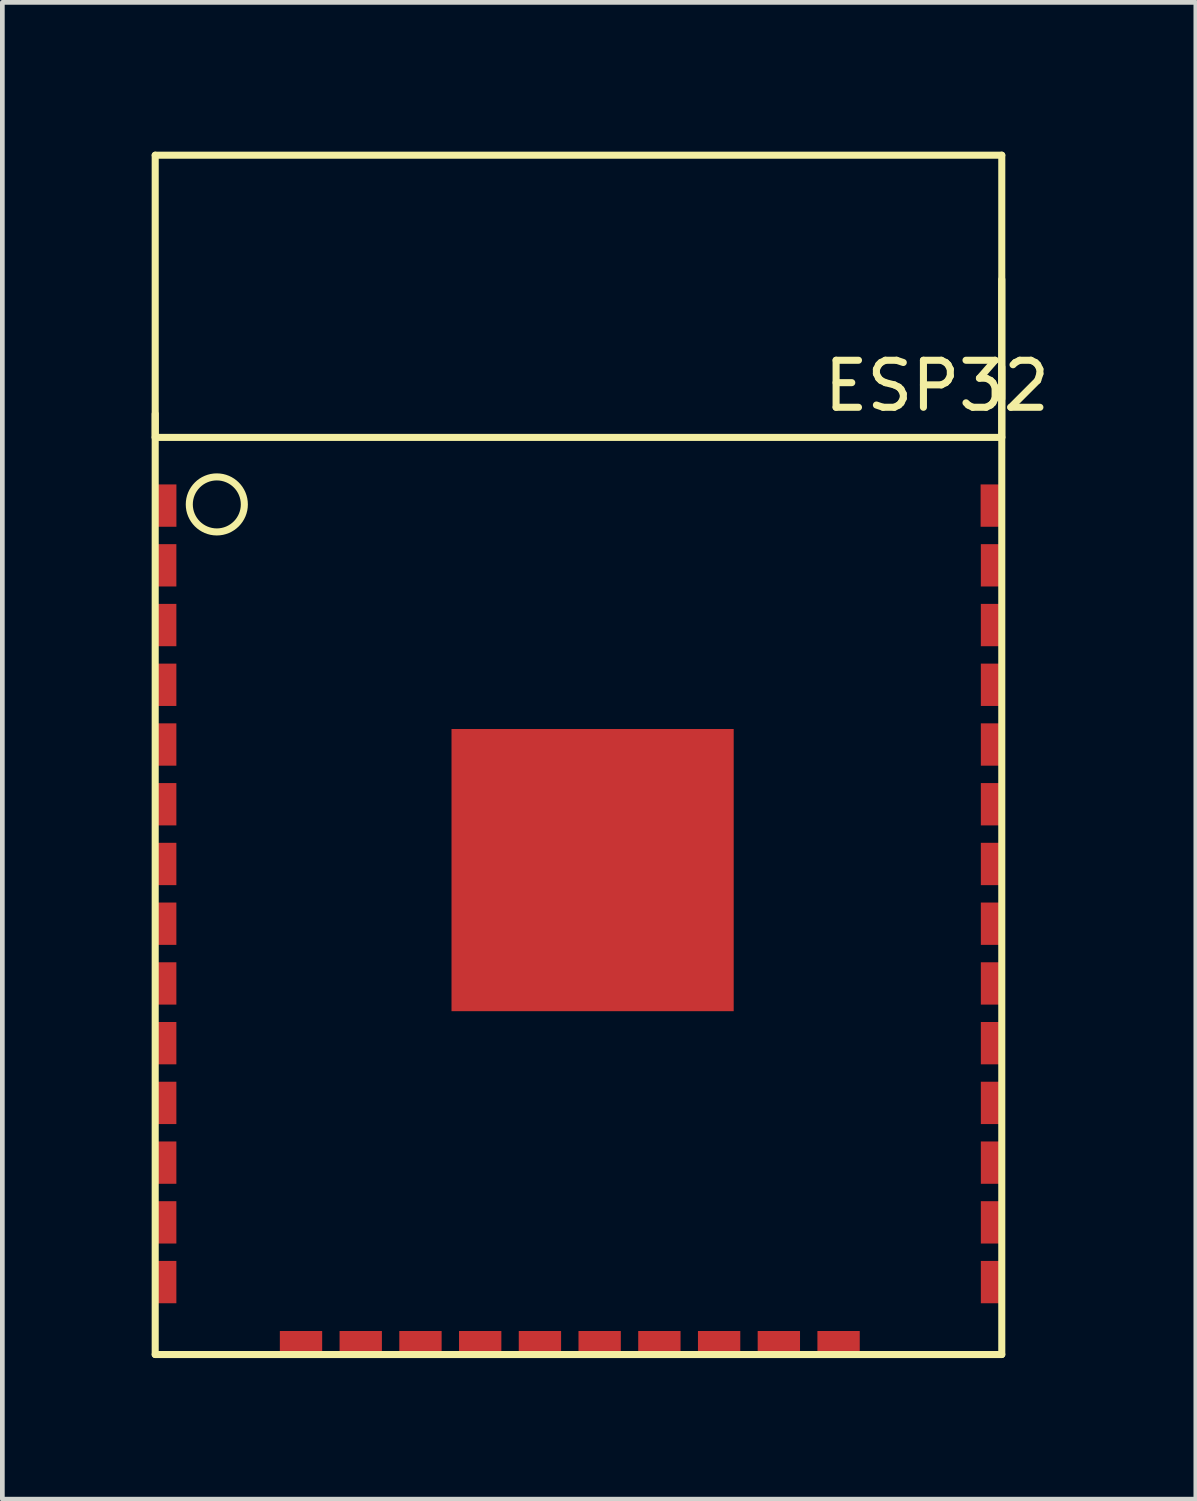
<source format=kicad_pcb>
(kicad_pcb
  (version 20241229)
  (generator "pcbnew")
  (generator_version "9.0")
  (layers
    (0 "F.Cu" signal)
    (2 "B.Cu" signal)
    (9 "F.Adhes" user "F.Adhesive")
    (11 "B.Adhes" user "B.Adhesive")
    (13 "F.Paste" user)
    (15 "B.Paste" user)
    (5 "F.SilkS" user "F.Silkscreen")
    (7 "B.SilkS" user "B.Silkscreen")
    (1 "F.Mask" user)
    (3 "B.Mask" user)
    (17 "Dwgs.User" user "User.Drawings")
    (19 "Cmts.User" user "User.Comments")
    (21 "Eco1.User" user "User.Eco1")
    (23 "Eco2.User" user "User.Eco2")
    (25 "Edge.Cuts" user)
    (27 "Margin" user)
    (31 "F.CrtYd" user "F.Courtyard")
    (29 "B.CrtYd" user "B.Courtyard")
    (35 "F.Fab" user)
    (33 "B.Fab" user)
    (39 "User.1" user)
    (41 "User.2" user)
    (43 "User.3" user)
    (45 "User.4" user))
  (footprint "ESP32"
    (layer "F.Cu")
    (at 0.25 0.25)
    (property "Reference" "ESP32" (at 16.62 4.905 0) (layer "F.SilkS") (effects (font (size 1 1) (thickness 0.15))))
    (attr through_hole)
    (fp_line (start 0 0) (end 18 0) (stroke (width 0.15) (type solid)) (layer "F.SilkS"))
    (fp_line (start 0 5.5) (end 0 25.5) (stroke (width 0.15) (type solid)) (layer "F.SilkS"))
    (fp_line (start 0 6) (end 0 0) (stroke (width 0.15) (type solid)) (layer "F.SilkS"))
    (fp_line (start 0 6) (end 18 6) (stroke (width 0.15) (type solid)) (layer "F.SilkS"))
    (fp_line (start 0 25.5) (end 18 25.5) (stroke (width 0.15) (type solid)) (layer "F.SilkS"))
    (fp_line (start 18 0) (end 18 6) (stroke (width 0.15) (type solid)) (layer "F.SilkS"))
    (fp_line (start 18 5.18) (end 18 2.64) (stroke (width 0.15) (type solid)) (layer "F.SilkS"))
    (fp_line (start 18 25.5) (end 18 4.5) (stroke (width 0.15) (type solid)) (layer "F.SilkS"))
    (fp_circle (center 1.31 7.425) (end 1.87 7.595) (stroke (width 0.15) (type solid)) (fill no) (layer "F.SilkS"))
    (pad "1" smd rect (at 0.226 7.45) (size 0.45 0.9) (layers "F.Cu" "F.Mask" "F.Paste"))
    (pad "2" smd rect (at 0.225 8.72) (size 0.45 0.9) (layers "F.Cu" "F.Mask" "F.Paste"))
    (pad "3" smd rect (at 0.225 9.99) (size 0.45 0.9) (layers "F.Cu" "F.Mask" "F.Paste"))
    (pad "4" smd rect (at 0.225 11.26) (size 0.45 0.9) (layers "F.Cu" "F.Mask" "F.Paste"))
    (pad "5" smd rect (at 0.225 12.53) (size 0.45 0.9) (layers "F.Cu" "F.Mask" "F.Paste"))
    (pad "6" smd rect (at 0.225 13.8) (size 0.45 0.9) (layers "F.Cu" "F.Mask" "F.Paste"))
    (pad "7" smd rect (at 0.225 15.07) (size 0.45 0.9) (layers "F.Cu" "F.Mask" "F.Paste"))
    (pad "8" smd rect (at 0.225 16.34) (size 0.45 0.9) (layers "F.Cu" "F.Mask" "F.Paste"))
    (pad "9" smd rect (at 0.225 17.61) (size 0.45 0.9) (layers "F.Cu" "F.Mask" "F.Paste"))
    (pad "10" smd rect (at 0.225 18.88) (size 0.45 0.9) (layers "F.Cu" "F.Mask" "F.Paste"))
    (pad "11" smd rect (at 0.225 20.15) (size 0.45 0.9) (layers "F.Cu" "F.Mask" "F.Paste"))
    (pad "12" smd rect (at 0.225 21.42) (size 0.45 0.9) (layers "F.Cu" "F.Mask" "F.Paste"))
    (pad "13" smd rect (at 0.225 22.69) (size 0.45 0.9) (layers "F.Cu" "F.Mask" "F.Paste"))
    (pad "14" smd rect (at 0.225 23.96) (size 0.45 0.9) (layers "F.Cu" "F.Mask" "F.Paste"))
    (pad "15" smd rect (at 3.1 25.225) (size 0.9 0.45) (layers "F.Cu" "F.Mask" "F.Paste"))
    (pad "16" smd rect (at 4.37 25.225) (size 0.9 0.45) (layers "F.Cu" "F.Mask" "F.Paste"))
    (pad "17" smd rect (at 5.64 25.225) (size 0.9 0.45) (layers "F.Cu" "F.Mask" "F.Paste"))
    (pad "18" smd rect (at 6.91 25.225) (size 0.9 0.45) (layers "F.Cu" "F.Mask" "F.Paste"))
    (pad "19" smd rect (at 8.18 25.225) (size 0.9 0.45) (layers "F.Cu" "F.Mask" "F.Paste"))
    (pad "20" smd rect (at 9.45 25.225) (size 0.9 0.45) (layers "F.Cu" "F.Mask" "F.Paste"))
    (pad "21" smd rect (at 10.72 25.225) (size 0.9 0.45) (layers "F.Cu" "F.Mask" "F.Paste"))
    (pad "22" smd rect (at 11.99 25.225) (size 0.9 0.45) (layers "F.Cu" "F.Mask" "F.Paste"))
    (pad "23" smd rect (at 13.26 25.225) (size 0.9 0.45) (layers "F.Cu" "F.Mask" "F.Paste"))
    (pad "24" smd rect (at 14.53 25.225) (size 0.9 0.45) (layers "F.Cu" "F.Mask" "F.Paste"))
    (pad "25" smd rect (at 17.78 23.96) (size 0.45 0.9) (layers "F.Cu" "F.Mask" "F.Paste"))
    (pad "26" smd rect (at 17.78 22.69) (size 0.45 0.9) (layers "F.Cu" "F.Mask" "F.Paste"))
    (pad "27" smd rect (at 17.78 21.42) (size 0.45 0.9) (layers "F.Cu" "F.Mask" "F.Paste"))
    (pad "28" smd rect (at 17.78 20.15) (size 0.45 0.9) (layers "F.Cu" "F.Mask" "F.Paste"))
    (pad "29" smd rect (at 17.78 18.88) (size 0.45 0.9) (layers "F.Cu" "F.Mask" "F.Paste"))
    (pad "30" smd rect (at 17.78 17.61) (size 0.45 0.9) (layers "F.Cu" "F.Mask" "F.Paste"))
    (pad "31" smd rect (at 17.78 16.34) (size 0.45 0.9) (layers "F.Cu" "F.Mask" "F.Paste"))
    (pad "32" smd rect (at 17.78 15.07) (size 0.45 0.9) (layers "F.Cu" "F.Mask" "F.Paste"))
    (pad "33" smd rect (at 17.78 13.8) (size 0.45 0.9) (layers "F.Cu" "F.Mask" "F.Paste"))
    (pad "34" smd rect (at 17.78 12.53) (size 0.45 0.9) (layers "F.Cu" "F.Mask" "F.Paste"))
    (pad "35" smd rect (at 17.78 11.26) (size 0.45 0.9) (layers "F.Cu" "F.Mask" "F.Paste"))
    (pad "36" smd rect (at 17.78 9.99) (size 0.45 0.9) (layers "F.Cu" "F.Mask" "F.Paste"))
    (pad "37" smd rect (at 17.78 8.72) (size 0.45 0.9) (layers "F.Cu" "F.Mask" "F.Paste"))
    (pad "38" smd rect (at 17.775 7.45) (size 0.45 0.9) (layers "F.Cu" "F.Mask" "F.Paste"))
    (pad "39" smd rect (at 9.3 15.2) (size 6 6) (layers "F.Cu" "F.Mask" "F.Paste")))
  (gr_rect
    (start -3 -3)
    (end 22.376 28.825)
    (stroke (width 0.1) (type default))
    (fill no)
    (layer "Edge.Cuts")))
</source>
